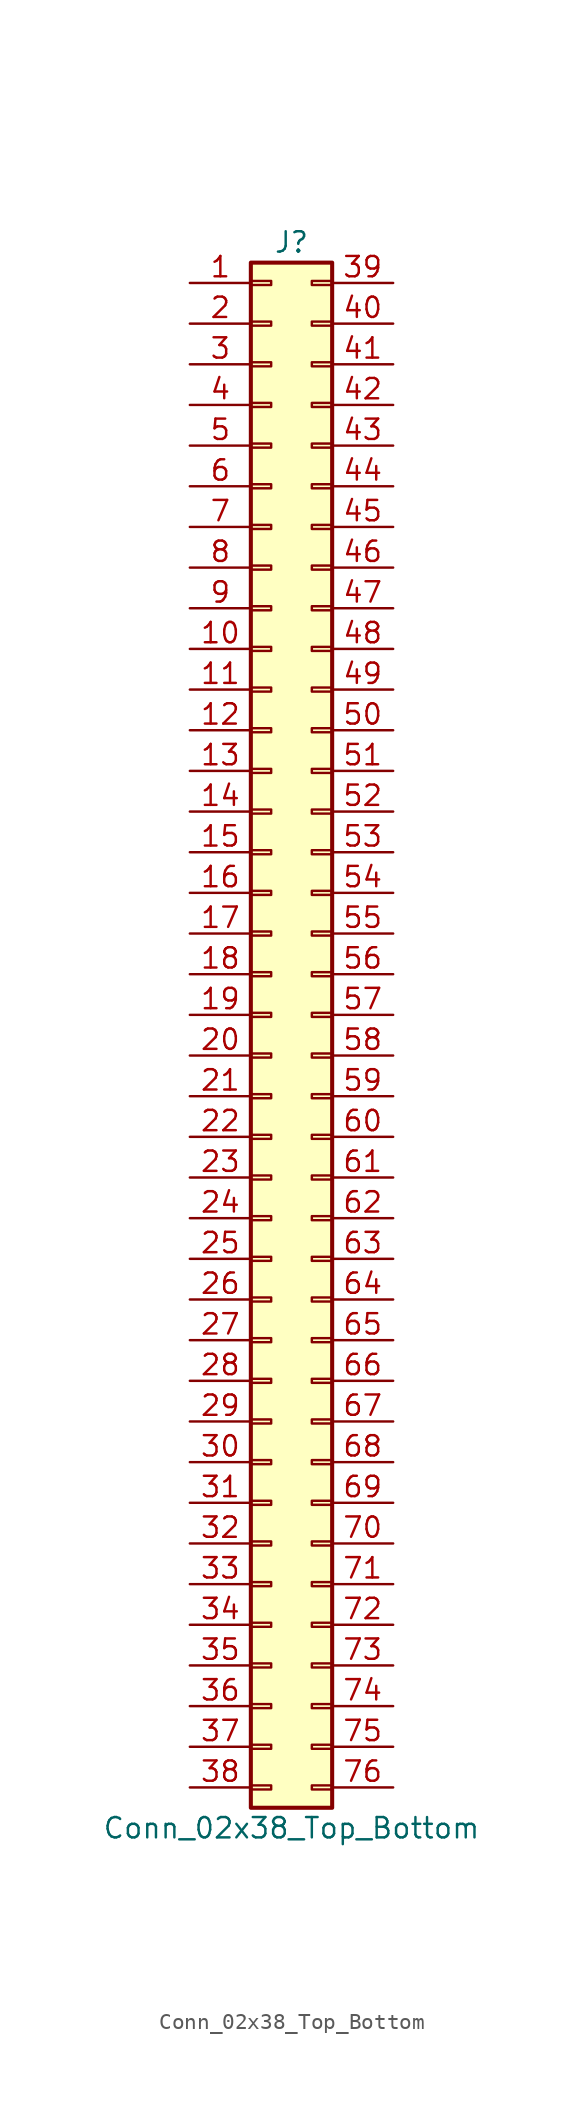
<source format=kicad_sym>
(kicad_symbol_lib
  (version 20201005)
  (generator kicad_symbol_editor)
  (symbol "Connector_Generic:Conn_02x38_Top_Bottom"
    (pin_names
      (offset 1.016) hide)
    (property "Reference" "J"
      (at 1.27 48.26 0)
      (effects (font (size 1.27 1.27))))
    (property "Value" "Conn_02x38_Top_Bottom"
      (at 1.27 -50.8 0)
      (effects (font (size 1.27 1.27))))
    (symbol "Conn_02x38_Top_Bottom_1_1"
      (rectangle (start -1.27 -27.813) (end 0 -28.067) (stroke (width 0.152)) (fill (type none)))
      (rectangle (start -1.27 -30.353) (end 0 -30.607) (stroke (width 0.152)) (fill (type none)))
      (rectangle (start -1.27 -32.893) (end 0 -33.147) (stroke (width 0.152)) (fill (type none)))
      (rectangle (start -1.27 -35.433) (end 0 -35.687) (stroke (width 0.152)) (fill (type none)))
      (rectangle (start -1.27 -37.973) (end 0 -38.227) (stroke (width 0.152)) (fill (type none)))
      (rectangle (start -1.27 -40.513) (end 0 -40.767) (stroke (width 0.152)) (fill (type none)))
      (rectangle (start -1.27 -43.053) (end 0 -43.307) (stroke (width 0.152)) (fill (type none)))
      (rectangle (start -1.27 -45.593) (end 0 -45.847) (stroke (width 0.152)) (fill (type none)))
      (rectangle (start -1.27 -48.133) (end 0 -48.387) (stroke (width 0.152)) (fill (type none)))
      (rectangle (start -1.27 -4.953) (end 0 -5.207) (stroke (width 0.152)) (fill (type none)))
      (rectangle (start -1.27 -7.493) (end 0 -7.747) (stroke (width 0.152)) (fill (type none)))
      (rectangle (start -1.27 -10.033) (end 0 -10.287) (stroke (width 0.152)) (fill (type none)))
      (rectangle (start -1.27 -12.573) (end 0 -12.827) (stroke (width 0.152)) (fill (type none)))
      (rectangle (start -1.27 -15.113) (end 0 -15.367) (stroke (width 0.152)) (fill (type none)))
      (rectangle (start -1.27 -17.653) (end 0 -17.907) (stroke (width 0.152)) (fill (type none)))
      (rectangle (start -1.27 -20.193) (end 0 -20.447) (stroke (width 0.152)) (fill (type none)))
      (rectangle (start -1.27 -22.733) (end 0 -22.987) (stroke (width 0.152)) (fill (type none)))
      (rectangle (start -1.27 -2.413) (end 0 -2.667) (stroke (width 0.152)) (fill (type none)))
      (rectangle (start -1.27 -25.273) (end 0 -25.527) (stroke (width 0.152)) (fill (type none)))
      (rectangle (start -1.27 25.527) (end 0 25.273) (stroke (width 0.152)) (fill (type none)))
      (rectangle (start -1.27 2.667) (end 0 2.413) (stroke (width 0.152)) (fill (type none)))
      (rectangle (start -1.27 28.067) (end 0 27.813) (stroke (width 0.152)) (fill (type none)))
      (rectangle (start -1.27 30.607) (end 0 30.353) (stroke (width 0.152)) (fill (type none)))
      (rectangle (start -1.27 33.147) (end 0 32.893) (stroke (width 0.152)) (fill (type none)))
      (rectangle (start -1.27 35.687) (end 0 35.433) (stroke (width 0.152)) (fill (type none)))
      (rectangle (start -1.27 38.227) (end 0 37.973) (stroke (width 0.152)) (fill (type none)))
      (rectangle (start -1.27 40.767) (end 0 40.513) (stroke (width 0.152)) (fill (type none)))
      (rectangle (start -1.27 43.307) (end 0 43.053) (stroke (width 0.152)) (fill (type none)))
      (rectangle (start -1.27 45.847) (end 0 45.593) (stroke (width 0.152)) (fill (type none)))
      (rectangle (start -1.27 46.99) (end 3.81 -49.53) (stroke (width 0.254)) (fill (type background)))
      (rectangle (start -1.27 5.207) (end 0 4.953) (stroke (width 0.152)) (fill (type none)))
      (rectangle (start -1.27 7.747) (end 0 7.493) (stroke (width 0.152)) (fill (type none)))
      (rectangle (start -1.27 10.287) (end 0 10.033) (stroke (width 0.152)) (fill (type none)))
      (rectangle (start -1.27 0.127) (end 0 -0.127) (stroke (width 0.152)) (fill (type none)))
      (rectangle (start -1.27 12.827) (end 0 12.573) (stroke (width 0.152)) (fill (type none)))
      (rectangle (start -1.27 15.367) (end 0 15.113) (stroke (width 0.152)) (fill (type none)))
      (rectangle (start -1.27 17.907) (end 0 17.653) (stroke (width 0.152)) (fill (type none)))
      (rectangle (start -1.27 20.447) (end 0 20.193) (stroke (width 0.152)) (fill (type none)))
      (rectangle (start -1.27 22.987) (end 0 22.733) (stroke (width 0.152)) (fill (type none)))
      (rectangle (start 3.81 -27.813) (end 2.54 -28.067) (stroke (width 0.152)) (fill (type none)))
      (rectangle (start 3.81 -30.353) (end 2.54 -30.607) (stroke (width 0.152)) (fill (type none)))
      (rectangle (start 3.81 -32.893) (end 2.54 -33.147) (stroke (width 0.152)) (fill (type none)))
      (rectangle (start 3.81 -35.433) (end 2.54 -35.687) (stroke (width 0.152)) (fill (type none)))
      (rectangle (start 3.81 -37.973) (end 2.54 -38.227) (stroke (width 0.152)) (fill (type none)))
      (rectangle (start 3.81 -40.513) (end 2.54 -40.767) (stroke (width 0.152)) (fill (type none)))
      (rectangle (start 3.81 -43.053) (end 2.54 -43.307) (stroke (width 0.152)) (fill (type none)))
      (rectangle (start 3.81 -45.593) (end 2.54 -45.847) (stroke (width 0.152)) (fill (type none)))
      (rectangle (start 3.81 -48.133) (end 2.54 -48.387) (stroke (width 0.152)) (fill (type none)))
      (rectangle (start 3.81 -4.953) (end 2.54 -5.207) (stroke (width 0.152)) (fill (type none)))
      (rectangle (start 3.81 -7.493) (end 2.54 -7.747) (stroke (width 0.152)) (fill (type none)))
      (rectangle (start 3.81 -10.033) (end 2.54 -10.287) (stroke (width 0.152)) (fill (type none)))
      (rectangle (start 3.81 -12.573) (end 2.54 -12.827) (stroke (width 0.152)) (fill (type none)))
      (rectangle (start 3.81 -15.113) (end 2.54 -15.367) (stroke (width 0.152)) (fill (type none)))
      (rectangle (start 3.81 -17.653) (end 2.54 -17.907) (stroke (width 0.152)) (fill (type none)))
      (rectangle (start 3.81 -20.193) (end 2.54 -20.447) (stroke (width 0.152)) (fill (type none)))
      (rectangle (start 3.81 -22.733) (end 2.54 -22.987) (stroke (width 0.152)) (fill (type none)))
      (rectangle (start 3.81 -2.413) (end 2.54 -2.667) (stroke (width 0.152)) (fill (type none)))
      (rectangle (start 3.81 -25.273) (end 2.54 -25.527) (stroke (width 0.152)) (fill (type none)))
      (rectangle (start 3.81 25.527) (end 2.54 25.273) (stroke (width 0.152)) (fill (type none)))
      (rectangle (start 3.81 2.667) (end 2.54 2.413) (stroke (width 0.152)) (fill (type none)))
      (rectangle (start 3.81 28.067) (end 2.54 27.813) (stroke (width 0.152)) (fill (type none)))
      (rectangle (start 3.81 30.607) (end 2.54 30.353) (stroke (width 0.152)) (fill (type none)))
      (rectangle (start 3.81 33.147) (end 2.54 32.893) (stroke (width 0.152)) (fill (type none)))
      (rectangle (start 3.81 35.687) (end 2.54 35.433) (stroke (width 0.152)) (fill (type none)))
      (rectangle (start 3.81 38.227) (end 2.54 37.973) (stroke (width 0.152)) (fill (type none)))
      (rectangle (start 3.81 40.767) (end 2.54 40.513) (stroke (width 0.152)) (fill (type none)))
      (rectangle (start 3.81 43.307) (end 2.54 43.053) (stroke (width 0.152)) (fill (type none)))
      (rectangle (start 3.81 45.847) (end 2.54 45.593) (stroke (width 0.152)) (fill (type none)))
      (rectangle (start 3.81 5.207) (end 2.54 4.953) (stroke (width 0.152)) (fill (type none)))
      (rectangle (start 3.81 7.747) (end 2.54 7.493) (stroke (width 0.152)) (fill (type none)))
      (rectangle (start 3.81 10.287) (end 2.54 10.033) (stroke (width 0.152)) (fill (type none)))
      (rectangle (start 3.81 0.127) (end 2.54 -0.127) (stroke (width 0.152)) (fill (type none)))
      (rectangle (start 3.81 12.827) (end 2.54 12.573) (stroke (width 0.152)) (fill (type none)))
      (rectangle (start 3.81 15.367) (end 2.54 15.113) (stroke (width 0.152)) (fill (type none)))
      (rectangle (start 3.81 17.907) (end 2.54 17.653) (stroke (width 0.152)) (fill (type none)))
      (rectangle (start 3.81 20.447) (end 2.54 20.193) (stroke (width 0.152)) (fill (type none)))
      (rectangle (start 3.81 22.987) (end 2.54 22.733) (stroke (width 0.152)) (fill (type none)))
      (pin passive line (at -5.08 45.72 0) (length 3.81) (name "Pin_1" (effects (font (size 1.27 1.27)))) (number "1" (effects (font (size 1.27 1.27)))))
      (pin passive line (at -5.08 22.86 0) (length 3.81) (name "Pin_10" (effects (font (size 1.27 1.27)))) (number "10" (effects (font (size 1.27 1.27)))))
      (pin passive line (at -5.08 20.32 0) (length 3.81) (name "Pin_11" (effects (font (size 1.27 1.27)))) (number "11" (effects (font (size 1.27 1.27)))))
      (pin passive line (at -5.08 17.78 0) (length 3.81) (name "Pin_12" (effects (font (size 1.27 1.27)))) (number "12" (effects (font (size 1.27 1.27)))))
      (pin passive line (at -5.08 15.24 0) (length 3.81) (name "Pin_13" (effects (font (size 1.27 1.27)))) (number "13" (effects (font (size 1.27 1.27)))))
      (pin passive line (at -5.08 12.7 0) (length 3.81) (name "Pin_14" (effects (font (size 1.27 1.27)))) (number "14" (effects (font (size 1.27 1.27)))))
      (pin passive line (at -5.08 10.16 0) (length 3.81) (name "Pin_15" (effects (font (size 1.27 1.27)))) (number "15" (effects (font (size 1.27 1.27)))))
      (pin passive line (at -5.08 7.62 0) (length 3.81) (name "Pin_16" (effects (font (size 1.27 1.27)))) (number "16" (effects (font (size 1.27 1.27)))))
      (pin passive line (at -5.08 5.08 0) (length 3.81) (name "Pin_17" (effects (font (size 1.27 1.27)))) (number "17" (effects (font (size 1.27 1.27)))))
      (pin passive line (at -5.08 2.54 0) (length 3.81) (name "Pin_18" (effects (font (size 1.27 1.27)))) (number "18" (effects (font (size 1.27 1.27)))))
      (pin passive line (at -5.08 0 0) (length 3.81) (name "Pin_19" (effects (font (size 1.27 1.27)))) (number "19" (effects (font (size 1.27 1.27)))))
      (pin passive line (at -5.08 43.18 0) (length 3.81) (name "Pin_2" (effects (font (size 1.27 1.27)))) (number "2" (effects (font (size 1.27 1.27)))))
      (pin passive line (at -5.08 -2.54 0) (length 3.81) (name "Pin_20" (effects (font (size 1.27 1.27)))) (number "20" (effects (font (size 1.27 1.27)))))
      (pin passive line (at -5.08 -5.08 0) (length 3.81) (name "Pin_21" (effects (font (size 1.27 1.27)))) (number "21" (effects (font (size 1.27 1.27)))))
      (pin passive line (at -5.08 -7.62 0) (length 3.81) (name "Pin_22" (effects (font (size 1.27 1.27)))) (number "22" (effects (font (size 1.27 1.27)))))
      (pin passive line (at -5.08 -10.16 0) (length 3.81) (name "Pin_23" (effects (font (size 1.27 1.27)))) (number "23" (effects (font (size 1.27 1.27)))))
      (pin passive line (at -5.08 -12.7 0) (length 3.81) (name "Pin_24" (effects (font (size 1.27 1.27)))) (number "24" (effects (font (size 1.27 1.27)))))
      (pin passive line (at -5.08 -15.24 0) (length 3.81) (name "Pin_25" (effects (font (size 1.27 1.27)))) (number "25" (effects (font (size 1.27 1.27)))))
      (pin passive line (at -5.08 -17.78 0) (length 3.81) (name "Pin_26" (effects (font (size 1.27 1.27)))) (number "26" (effects (font (size 1.27 1.27)))))
      (pin passive line (at -5.08 -20.32 0) (length 3.81) (name "Pin_27" (effects (font (size 1.27 1.27)))) (number "27" (effects (font (size 1.27 1.27)))))
      (pin passive line (at -5.08 -22.86 0) (length 3.81) (name "Pin_28" (effects (font (size 1.27 1.27)))) (number "28" (effects (font (size 1.27 1.27)))))
      (pin passive line (at -5.08 -25.4 0) (length 3.81) (name "Pin_29" (effects (font (size 1.27 1.27)))) (number "29" (effects (font (size 1.27 1.27)))))
      (pin passive line (at -5.08 40.64 0) (length 3.81) (name "Pin_3" (effects (font (size 1.27 1.27)))) (number "3" (effects (font (size 1.27 1.27)))))
      (pin passive line (at -5.08 -27.94 0) (length 3.81) (name "Pin_30" (effects (font (size 1.27 1.27)))) (number "30" (effects (font (size 1.27 1.27)))))
      (pin passive line (at -5.08 -30.48 0) (length 3.81) (name "Pin_31" (effects (font (size 1.27 1.27)))) (number "31" (effects (font (size 1.27 1.27)))))
      (pin passive line (at -5.08 -33.02 0) (length 3.81) (name "Pin_32" (effects (font (size 1.27 1.27)))) (number "32" (effects (font (size 1.27 1.27)))))
      (pin passive line (at -5.08 -35.56 0) (length 3.81) (name "Pin_33" (effects (font (size 1.27 1.27)))) (number "33" (effects (font (size 1.27 1.27)))))
      (pin passive line (at -5.08 -38.1 0) (length 3.81) (name "Pin_34" (effects (font (size 1.27 1.27)))) (number "34" (effects (font (size 1.27 1.27)))))
      (pin passive line (at -5.08 -40.64 0) (length 3.81) (name "Pin_35" (effects (font (size 1.27 1.27)))) (number "35" (effects (font (size 1.27 1.27)))))
      (pin passive line (at -5.08 -43.18 0) (length 3.81) (name "Pin_36" (effects (font (size 1.27 1.27)))) (number "36" (effects (font (size 1.27 1.27)))))
      (pin passive line (at -5.08 -45.72 0) (length 3.81) (name "Pin_37" (effects (font (size 1.27 1.27)))) (number "37" (effects (font (size 1.27 1.27)))))
      (pin passive line (at -5.08 -48.26 0) (length 3.81) (name "Pin_38" (effects (font (size 1.27 1.27)))) (number "38" (effects (font (size 1.27 1.27)))))
      (pin passive line (at 7.62 45.72 180) (length 3.81) (name "Pin_39" (effects (font (size 1.27 1.27)))) (number "39" (effects (font (size 1.27 1.27)))))
      (pin passive line (at -5.08 38.1 0) (length 3.81) (name "Pin_4" (effects (font (size 1.27 1.27)))) (number "4" (effects (font (size 1.27 1.27)))))
      (pin passive line (at 7.62 43.18 180) (length 3.81) (name "Pin_40" (effects (font (size 1.27 1.27)))) (number "40" (effects (font (size 1.27 1.27)))))
      (pin passive line (at 7.62 40.64 180) (length 3.81) (name "Pin_41" (effects (font (size 1.27 1.27)))) (number "41" (effects (font (size 1.27 1.27)))))
      (pin passive line (at 7.62 38.1 180) (length 3.81) (name "Pin_42" (effects (font (size 1.27 1.27)))) (number "42" (effects (font (size 1.27 1.27)))))
      (pin passive line (at 7.62 35.56 180) (length 3.81) (name "Pin_43" (effects (font (size 1.27 1.27)))) (number "43" (effects (font (size 1.27 1.27)))))
      (pin passive line (at 7.62 33.02 180) (length 3.81) (name "Pin_44" (effects (font (size 1.27 1.27)))) (number "44" (effects (font (size 1.27 1.27)))))
      (pin passive line (at 7.62 30.48 180) (length 3.81) (name "Pin_45" (effects (font (size 1.27 1.27)))) (number "45" (effects (font (size 1.27 1.27)))))
      (pin passive line (at 7.62 27.94 180) (length 3.81) (name "Pin_46" (effects (font (size 1.27 1.27)))) (number "46" (effects (font (size 1.27 1.27)))))
      (pin passive line (at 7.62 25.4 180) (length 3.81) (name "Pin_47" (effects (font (size 1.27 1.27)))) (number "47" (effects (font (size 1.27 1.27)))))
      (pin passive line (at 7.62 22.86 180) (length 3.81) (name "Pin_48" (effects (font (size 1.27 1.27)))) (number "48" (effects (font (size 1.27 1.27)))))
      (pin passive line (at 7.62 20.32 180) (length 3.81) (name "Pin_49" (effects (font (size 1.27 1.27)))) (number "49" (effects (font (size 1.27 1.27)))))
      (pin passive line (at -5.08 35.56 0) (length 3.81) (name "Pin_5" (effects (font (size 1.27 1.27)))) (number "5" (effects (font (size 1.27 1.27)))))
      (pin passive line (at 7.62 17.78 180) (length 3.81) (name "Pin_50" (effects (font (size 1.27 1.27)))) (number "50" (effects (font (size 1.27 1.27)))))
      (pin passive line (at 7.62 15.24 180) (length 3.81) (name "Pin_51" (effects (font (size 1.27 1.27)))) (number "51" (effects (font (size 1.27 1.27)))))
      (pin passive line (at 7.62 12.7 180) (length 3.81) (name "Pin_52" (effects (font (size 1.27 1.27)))) (number "52" (effects (font (size 1.27 1.27)))))
      (pin passive line (at 7.62 10.16 180) (length 3.81) (name "Pin_53" (effects (font (size 1.27 1.27)))) (number "53" (effects (font (size 1.27 1.27)))))
      (pin passive line (at 7.62 7.62 180) (length 3.81) (name "Pin_54" (effects (font (size 1.27 1.27)))) (number "54" (effects (font (size 1.27 1.27)))))
      (pin passive line (at 7.62 5.08 180) (length 3.81) (name "Pin_55" (effects (font (size 1.27 1.27)))) (number "55" (effects (font (size 1.27 1.27)))))
      (pin passive line (at 7.62 2.54 180) (length 3.81) (name "Pin_56" (effects (font (size 1.27 1.27)))) (number "56" (effects (font (size 1.27 1.27)))))
      (pin passive line (at 7.62 0 180) (length 3.81) (name "Pin_57" (effects (font (size 1.27 1.27)))) (number "57" (effects (font (size 1.27 1.27)))))
      (pin passive line (at 7.62 -2.54 180) (length 3.81) (name "Pin_58" (effects (font (size 1.27 1.27)))) (number "58" (effects (font (size 1.27 1.27)))))
      (pin passive line (at 7.62 -5.08 180) (length 3.81) (name "Pin_59" (effects (font (size 1.27 1.27)))) (number "59" (effects (font (size 1.27 1.27)))))
      (pin passive line (at -5.08 33.02 0) (length 3.81) (name "Pin_6" (effects (font (size 1.27 1.27)))) (number "6" (effects (font (size 1.27 1.27)))))
      (pin passive line (at 7.62 -7.62 180) (length 3.81) (name "Pin_60" (effects (font (size 1.27 1.27)))) (number "60" (effects (font (size 1.27 1.27)))))
      (pin passive line (at 7.62 -10.16 180) (length 3.81) (name "Pin_61" (effects (font (size 1.27 1.27)))) (number "61" (effects (font (size 1.27 1.27)))))
      (pin passive line (at 7.62 -12.7 180) (length 3.81) (name "Pin_62" (effects (font (size 1.27 1.27)))) (number "62" (effects (font (size 1.27 1.27)))))
      (pin passive line (at 7.62 -15.24 180) (length 3.81) (name "Pin_63" (effects (font (size 1.27 1.27)))) (number "63" (effects (font (size 1.27 1.27)))))
      (pin passive line (at 7.62 -17.78 180) (length 3.81) (name "Pin_64" (effects (font (size 1.27 1.27)))) (number "64" (effects (font (size 1.27 1.27)))))
      (pin passive line (at 7.62 -20.32 180) (length 3.81) (name "Pin_65" (effects (font (size 1.27 1.27)))) (number "65" (effects (font (size 1.27 1.27)))))
      (pin passive line (at 7.62 -22.86 180) (length 3.81) (name "Pin_66" (effects (font (size 1.27 1.27)))) (number "66" (effects (font (size 1.27 1.27)))))
      (pin passive line (at 7.62 -25.4 180) (length 3.81) (name "Pin_67" (effects (font (size 1.27 1.27)))) (number "67" (effects (font (size 1.27 1.27)))))
      (pin passive line (at 7.62 -27.94 180) (length 3.81) (name "Pin_68" (effects (font (size 1.27 1.27)))) (number "68" (effects (font (size 1.27 1.27)))))
      (pin passive line (at 7.62 -30.48 180) (length 3.81) (name "Pin_69" (effects (font (size 1.27 1.27)))) (number "69" (effects (font (size 1.27 1.27)))))
      (pin passive line (at -5.08 30.48 0) (length 3.81) (name "Pin_7" (effects (font (size 1.27 1.27)))) (number "7" (effects (font (size 1.27 1.27)))))
      (pin passive line (at 7.62 -33.02 180) (length 3.81) (name "Pin_70" (effects (font (size 1.27 1.27)))) (number "70" (effects (font (size 1.27 1.27)))))
      (pin passive line (at 7.62 -35.56 180) (length 3.81) (name "Pin_71" (effects (font (size 1.27 1.27)))) (number "71" (effects (font (size 1.27 1.27)))))
      (pin passive line (at 7.62 -38.1 180) (length 3.81) (name "Pin_72" (effects (font (size 1.27 1.27)))) (number "72" (effects (font (size 1.27 1.27)))))
      (pin passive line (at 7.62 -40.64 180) (length 3.81) (name "Pin_73" (effects (font (size 1.27 1.27)))) (number "73" (effects (font (size 1.27 1.27)))))
      (pin passive line (at 7.62 -43.18 180) (length 3.81) (name "Pin_74" (effects (font (size 1.27 1.27)))) (number "74" (effects (font (size 1.27 1.27)))))
      (pin passive line (at 7.62 -45.72 180) (length 3.81) (name "Pin_75" (effects (font (size 1.27 1.27)))) (number "75" (effects (font (size 1.27 1.27)))))
      (pin passive line (at 7.62 -48.26 180) (length 3.81) (name "Pin_76" (effects (font (size 1.27 1.27)))) (number "76" (effects (font (size 1.27 1.27)))))
      (pin passive line (at -5.08 27.94 0) (length 3.81) (name "Pin_8" (effects (font (size 1.27 1.27)))) (number "8" (effects (font (size 1.27 1.27)))))
      (pin passive line (at -5.08 25.4 0) (length 3.81) (name "Pin_9" (effects (font (size 1.27 1.27)))) (number "9" (effects (font (size 1.27 1.27))))))))
</source>
